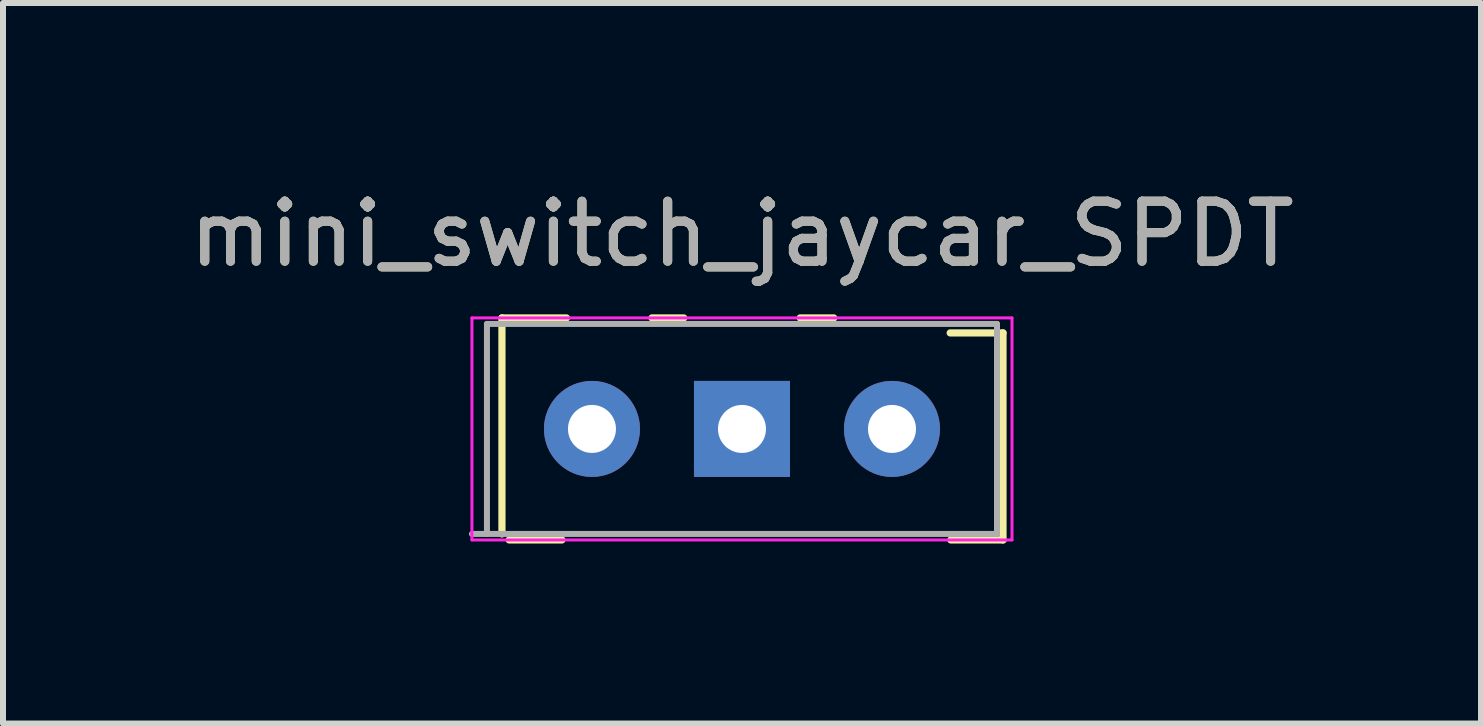
<source format=kicad_pcb>
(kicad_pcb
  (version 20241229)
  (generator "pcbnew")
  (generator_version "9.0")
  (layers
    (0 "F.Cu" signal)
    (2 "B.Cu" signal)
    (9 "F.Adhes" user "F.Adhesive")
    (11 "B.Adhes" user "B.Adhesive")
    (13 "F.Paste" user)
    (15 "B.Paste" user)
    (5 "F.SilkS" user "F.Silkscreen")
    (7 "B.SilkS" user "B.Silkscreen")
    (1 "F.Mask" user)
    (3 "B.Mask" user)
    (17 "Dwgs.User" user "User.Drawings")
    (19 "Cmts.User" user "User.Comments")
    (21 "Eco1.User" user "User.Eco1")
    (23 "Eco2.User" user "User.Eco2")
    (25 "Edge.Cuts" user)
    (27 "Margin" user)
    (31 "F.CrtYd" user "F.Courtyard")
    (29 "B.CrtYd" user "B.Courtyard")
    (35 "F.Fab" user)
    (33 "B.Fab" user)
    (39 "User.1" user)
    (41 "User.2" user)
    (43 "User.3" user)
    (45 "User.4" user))
  (footprint "mini_switch_jaycar_SPDT"
    (layer "F.Cu")
    (at 6.815 2.498)
    (property "Reference" "mini_switch_jaycar_SPDT" (at 2.5 -1.65 0) (layer "F.SilkS") (effects (font (size 1 1) (thickness 0.15))))
    (attr through_hole)
    (fp_line (start -1.5 -0.25) (end -0.425 -0.25) (stroke (width 0.12) (type solid)) (layer "F.SilkS"))
    (fp_line (start -1.5 3.35) (end -1.5 -0.25) (stroke (width 0.12) (type solid)) (layer "F.SilkS"))
    (fp_line (start -0.5 3.45) (end -1.38 3.45) (stroke (width 0.12) (type solid)) (layer "F.SilkS"))
    (fp_line (start 1 -0.25) (end 1.53 -0.25) (stroke (width 0.12) (type solid)) (layer "F.SilkS"))
    (fp_line (start 3.47 -0.25) (end 4.03 -0.25) (stroke (width 0.12) (type solid)) (layer "F.SilkS"))
    (fp_line (start 5.97 0) (end 6.85 0) (stroke (width 0.12) (type solid)) (layer "F.SilkS"))
    (fp_line (start 6.85 0) (end 6.85 3.45) (stroke (width 0.12) (type solid)) (layer "F.SilkS"))
    (fp_line (start 6.85 3.45) (end 5.98 3.45) (stroke (width 0.12) (type solid)) (layer "F.SilkS"))
    (fp_line (start -2 -0.25) (end 7 -0.25) (stroke (width 0.05) (type solid)) (layer "F.CrtYd"))
    (fp_line (start -2 3.45) (end -2 -0.25) (stroke (width 0.05) (type solid)) (layer "F.CrtYd"))
    (fp_line (start 7 -0.25) (end 7 3.45) (stroke (width 0.05) (type solid)) (layer "F.CrtYd"))
    (fp_line (start 7 3.45) (end -2 3.45) (stroke (width 0.05) (type solid)) (layer "F.CrtYd"))
    (fp_line (start -1.75 -0.15) (end -1.75 3.35) (stroke (width 0.1) (type solid)) (layer "F.Fab"))
    (fp_line (start -1.75 -0.15) (end 6.75 -0.15) (stroke (width 0.1) (type solid)) (layer "F.Fab"))
    (fp_line (start 6.75 -0.15) (end 6.75 3.35) (stroke (width 0.1) (type solid)) (layer "F.Fab"))
    (fp_line (start 6.75 3.35) (end -2 3.35) (stroke (width 0.1) (type solid)) (layer "F.Fab"))
    (fp_text user "${REFERENCE}" (at 2.5 -1.65 0) (layer "F.Fab") (effects (font (size 1 1) (thickness 0.15))))
    (pad "1" thru_hole circle (at 5 1.6) (size 1.6 1.6) (drill 0.8) (layers "*.Cu" "*.Mask"))
    (pad "2" thru_hole rect (at 2.5 1.6) (size 1.6 1.6) (drill 0.8) (layers "*.Cu" "*.Mask"))
    (pad "3" thru_hole circle (at 0 1.6) (size 1.6 1.6) (drill 0.8) (layers "*.Cu" "*.Mask")))
  (gr_rect
    (start -3 -3)
    (end 21.631 9.008)
    (stroke (width 0.1) (type default))
    (fill no)
    (layer "Edge.Cuts")))
</source>
